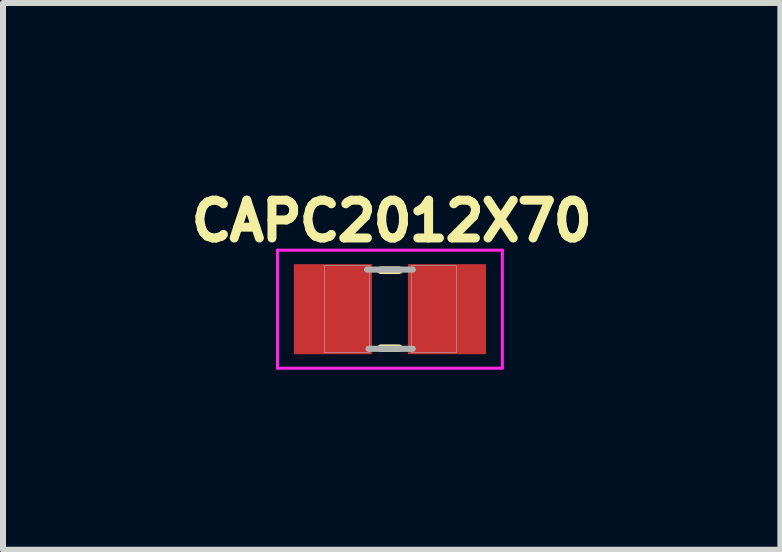
<source format=kicad_pcb>
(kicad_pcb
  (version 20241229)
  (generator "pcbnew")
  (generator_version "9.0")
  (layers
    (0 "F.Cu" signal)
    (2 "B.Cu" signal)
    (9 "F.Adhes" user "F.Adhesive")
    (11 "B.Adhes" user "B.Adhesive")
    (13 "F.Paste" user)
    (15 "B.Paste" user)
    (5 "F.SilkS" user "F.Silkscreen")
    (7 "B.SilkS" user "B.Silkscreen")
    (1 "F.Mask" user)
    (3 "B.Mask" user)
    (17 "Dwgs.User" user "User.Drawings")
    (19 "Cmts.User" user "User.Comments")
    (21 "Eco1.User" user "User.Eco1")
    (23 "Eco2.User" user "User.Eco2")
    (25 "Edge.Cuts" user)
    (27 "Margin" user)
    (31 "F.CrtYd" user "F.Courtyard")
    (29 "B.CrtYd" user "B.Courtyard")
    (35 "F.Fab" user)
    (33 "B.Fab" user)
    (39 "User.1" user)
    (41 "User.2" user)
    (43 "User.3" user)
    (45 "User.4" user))
  (footprint "CAPC2012X70"
    (layer "F.Cu")
    (at 3.447 2.102)
    (property "Reference" "CAPC2012X70" (at 0.03 -1.47 0) (layer "F.SilkS") (effects (font (size 0.63 0.63) (thickness 0.15))))
    (attr smd)
    (fp_line (start -0.15 -0.65) (end 0.15 -0.65) (stroke (width 0.127) (type solid)) (layer "F.SilkS"))
    (fp_line (start -0.15 0.65) (end 0.15 0.65) (stroke (width 0.127) (type solid)) (layer "F.SilkS"))
    (fp_line (start -1.873 -0.983) (end 1.873 -0.983) (stroke (width 0.051) (type solid)) (layer "F.CrtYd"))
    (fp_line (start -1.873 0.983) (end -1.873 -0.983) (stroke (width 0.051) (type solid)) (layer "F.CrtYd"))
    (fp_line (start 1.873 -0.983) (end 1.873 0.983) (stroke (width 0.051) (type solid)) (layer "F.CrtYd"))
    (fp_line (start 1.873 0.983) (end -1.873 0.983) (stroke (width 0.051) (type solid)) (layer "F.CrtYd"))
    (fp_line (start -0.381 -0.66) (end 0.381 -0.66) (stroke (width 0.102) (type solid)) (layer "F.Fab"))
    (fp_line (start -0.356 0.66) (end 0.381 0.66) (stroke (width 0.102) (type solid)) (layer "F.Fab"))
    (fp_poly (pts (xy -1.092 -0.726) (xy -0.342 -0.726) (xy -0.342 0.724) (xy -1.092 0.724)) (stroke (width 0.01) (type solid)) (fill no) (layer "F.Fab"))
    (fp_poly (pts (xy 0.356 -0.726) (xy 1.106 -0.726) (xy 1.106 0.724) (xy 0.356 0.724)) (stroke (width 0.01) (type solid)) (fill no) (layer "F.Fab"))
    (pad "1" smd rect (at -0.95 0) (size 1.3 1.5) (layers "F.Cu" "F.Mask" "F.Paste"))
    (pad "2" smd rect (at 0.95 0) (size 1.3 1.5) (layers "F.Cu" "F.Mask" "F.Paste")))
  (gr_rect
    (start -3 -3)
    (end 9.953 6.11)
    (stroke (width 0.1) (type default))
    (fill no)
    (layer "Edge.Cuts")))
</source>
